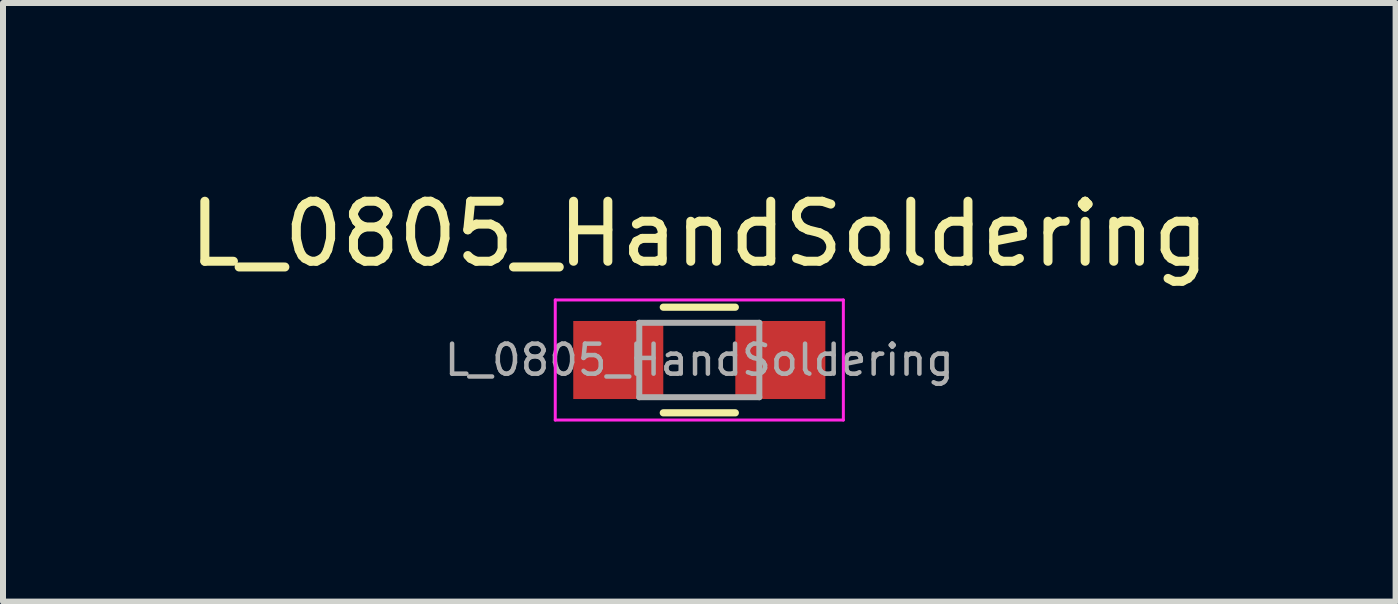
<source format=kicad_pcb>
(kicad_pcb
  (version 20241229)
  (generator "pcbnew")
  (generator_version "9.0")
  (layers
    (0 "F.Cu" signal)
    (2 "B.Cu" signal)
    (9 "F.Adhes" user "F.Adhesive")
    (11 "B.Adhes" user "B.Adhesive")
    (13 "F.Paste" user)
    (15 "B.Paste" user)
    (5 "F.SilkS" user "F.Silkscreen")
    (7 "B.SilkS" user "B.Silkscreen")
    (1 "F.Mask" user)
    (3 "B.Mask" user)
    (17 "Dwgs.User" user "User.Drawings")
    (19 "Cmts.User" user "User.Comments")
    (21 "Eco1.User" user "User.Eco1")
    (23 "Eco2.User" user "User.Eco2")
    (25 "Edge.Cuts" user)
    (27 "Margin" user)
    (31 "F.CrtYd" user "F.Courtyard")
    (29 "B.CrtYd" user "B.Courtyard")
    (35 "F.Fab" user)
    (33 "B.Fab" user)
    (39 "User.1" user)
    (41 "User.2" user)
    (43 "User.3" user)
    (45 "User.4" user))
  (footprint "L_0805_HandSoldering"
    (layer "F.Cu")
    (at 8.601 2.948)
    (property "Reference" "L_0805_HandSoldering" (at 0 -2.1 0) (layer "F.SilkS") (effects (font (size 1 1) (thickness 0.15))))
    (attr smd)
    (fp_line (start -0.6 -0.88) (end 0.6 -0.88) (stroke (width 0.12) (type solid)) (layer "F.SilkS"))
    (fp_line (start 0.6 0.88) (end -0.6 0.88) (stroke (width 0.12) (type solid)) (layer "F.SilkS"))
    (fp_line (start -2.4 -1) (end -2.4 1) (stroke (width 0.05) (type solid)) (layer "F.CrtYd"))
    (fp_line (start -2.4 -1) (end 2.4 -1) (stroke (width 0.05) (type solid)) (layer "F.CrtYd"))
    (fp_line (start -2.4 1) (end 2.4 1) (stroke (width 0.05) (type solid)) (layer "F.CrtYd"))
    (fp_line (start 2.4 -1) (end 2.4 1) (stroke (width 0.05) (type solid)) (layer "F.CrtYd"))
    (fp_line (start -1 -0.62) (end 1 -0.62) (stroke (width 0.1) (type solid)) (layer "F.Fab"))
    (fp_line (start -1 0.62) (end -1 -0.62) (stroke (width 0.1) (type solid)) (layer "F.Fab"))
    (fp_line (start 1 -0.62) (end 1 0.62) (stroke (width 0.1) (type solid)) (layer "F.Fab"))
    (fp_line (start 1 0.62) (end -1 0.62) (stroke (width 0.1) (type solid)) (layer "F.Fab"))
    (fp_text user "${REFERENCE}" (at 0 0 0) (layer "F.Fab") (effects (font (size 0.5 0.5) (thickness 0.075))))
    (pad "1" smd rect (at -1.35 0) (size 1.5 1.3) (layers "F.Cu" "F.Mask"))
    (pad "2" smd rect (at 1.35 0) (size 1.5 1.3) (layers "F.Cu" "F.Mask")))
  (gr_rect
    (start -3 -3)
    (end 20.202 6.973)
    (stroke (width 0.1) (type default))
    (fill no)
    (layer "Edge.Cuts")))
</source>
